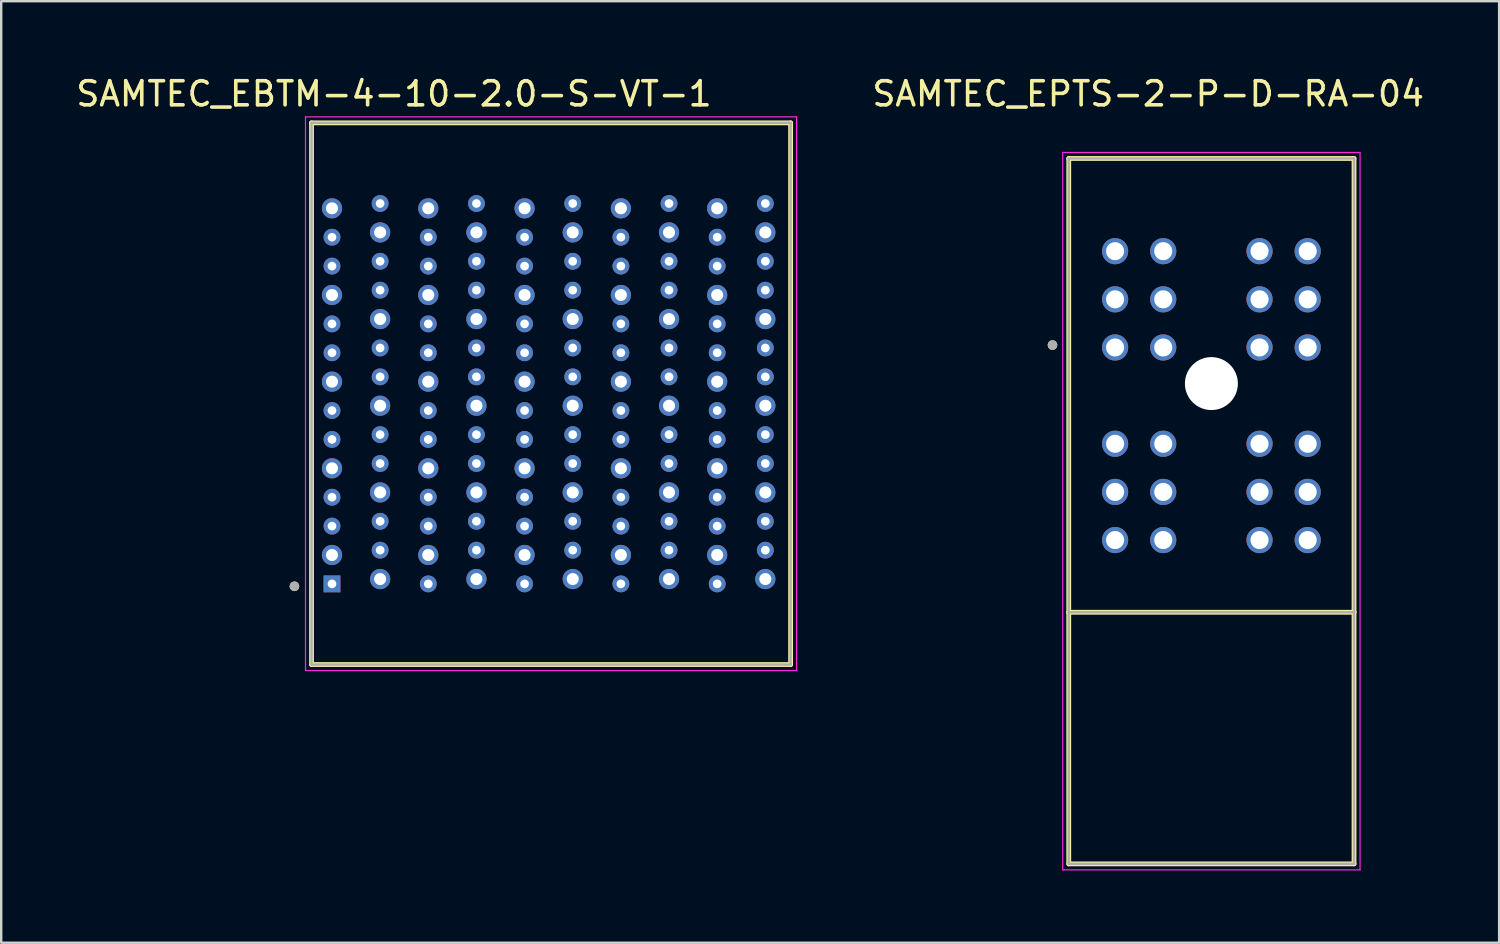
<source format=kicad_pcb>
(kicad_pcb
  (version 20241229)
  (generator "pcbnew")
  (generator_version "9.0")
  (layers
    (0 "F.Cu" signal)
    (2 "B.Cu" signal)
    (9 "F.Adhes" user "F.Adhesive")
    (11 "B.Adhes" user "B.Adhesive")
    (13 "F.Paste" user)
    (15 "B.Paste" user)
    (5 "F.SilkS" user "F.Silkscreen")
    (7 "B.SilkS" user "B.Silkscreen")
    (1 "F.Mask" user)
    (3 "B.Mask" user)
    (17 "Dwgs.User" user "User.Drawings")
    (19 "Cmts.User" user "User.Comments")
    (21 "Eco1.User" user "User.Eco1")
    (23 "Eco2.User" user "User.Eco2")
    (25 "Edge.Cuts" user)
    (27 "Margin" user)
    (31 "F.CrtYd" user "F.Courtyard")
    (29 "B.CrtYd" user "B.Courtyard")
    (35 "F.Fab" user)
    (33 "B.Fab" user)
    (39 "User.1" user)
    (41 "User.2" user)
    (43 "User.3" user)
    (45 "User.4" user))
  (footprint "SAMTEC_EPTS-2-P-D-RA-04"
    (layer "F.Cu")
    (at 47.268 12.883)
    (property "Reference" "SAMTEC_EPTS-2-P-D-RA-04" (at -2.625 -12.035 0) (layer "F.SilkS") (effects (font (size 1 1) (thickness 0.15))))
    (attr through_hole)
    (fp_line (start -5.925 -9.35) (end -5.925 9.5) (stroke (width 0.2) (type solid)) (layer "F.SilkS"))
    (fp_line (start -5.925 9.5) (end -5.925 19.95) (stroke (width 0.2) (type solid)) (layer "F.SilkS"))
    (fp_line (start -5.925 9.5) (end 5.925 9.5) (stroke (width 0.2) (type solid)) (layer "F.SilkS"))
    (fp_line (start -5.925 19.95) (end 5.925 19.95) (stroke (width 0.2) (type solid)) (layer "F.SilkS"))
    (fp_line (start 5.925 -9.35) (end -5.925 -9.35) (stroke (width 0.2) (type solid)) (layer "F.SilkS"))
    (fp_line (start 5.925 9.5) (end 5.925 -9.35) (stroke (width 0.2) (type solid)) (layer "F.SilkS"))
    (fp_line (start 5.925 19.95) (end 5.925 9.5) (stroke (width 0.2) (type solid)) (layer "F.SilkS"))
    (fp_circle (center -6.6 -1.6) (end -6.5 -1.6) (stroke (width 0.2) (type solid)) (fill no) (layer "F.SilkS"))
    (fp_line (start -6.175 -9.6) (end -6.175 20.2) (stroke (width 0.05) (type solid)) (layer "F.CrtYd"))
    (fp_line (start -6.175 20.2) (end 6.175 20.2) (stroke (width 0.05) (type solid)) (layer "F.CrtYd"))
    (fp_line (start 6.175 -9.6) (end -6.175 -9.6) (stroke (width 0.05) (type solid)) (layer "F.CrtYd"))
    (fp_line (start 6.175 20.2) (end 6.175 -9.6) (stroke (width 0.05) (type solid)) (layer "F.CrtYd"))
    (fp_line (start -5.925 -9.35) (end -5.925 9.5) (stroke (width 0.1) (type solid)) (layer "F.Fab"))
    (fp_line (start -5.925 9.5) (end -5.925 19.95) (stroke (width 0.1) (type solid)) (layer "F.Fab"))
    (fp_line (start -5.925 9.5) (end 5.925 9.5) (stroke (width 0.1) (type solid)) (layer "F.Fab"))
    (fp_line (start -5.925 19.95) (end 5.925 19.95) (stroke (width 0.1) (type solid)) (layer "F.Fab"))
    (fp_line (start 5.925 -9.35) (end -5.925 -9.35) (stroke (width 0.1) (type solid)) (layer "F.Fab"))
    (fp_line (start 5.925 9.5) (end 5.925 -9.35) (stroke (width 0.1) (type solid)) (layer "F.Fab"))
    (fp_line (start 5.925 19.95) (end 5.925 9.5) (stroke (width 0.1) (type solid)) (layer "F.Fab"))
    (fp_circle (center -6.6 -1.6) (end -6.5 -1.6) (stroke (width 0.2) (type solid)) (fill no) (layer "F.Fab"))
    (pad "" np_thru_hole circle (at 0 0) (size 2.2 2.2) (drill 2.2) (layers "*.Cu" "*.Mask"))
    (pad "P1_1" thru_hole circle (at -4 -1.5) (size 1.09 1.09) (drill 0.75) (layers "*.Cu" "*.Mask"))
    (pad "P1_2" thru_hole circle (at -4 -3.5) (size 1.09 1.09) (drill 0.75) (layers "*.Cu" "*.Mask"))
    (pad "P1_3" thru_hole circle (at -4 -5.5) (size 1.09 1.09) (drill 0.75) (layers "*.Cu" "*.Mask"))
    (pad "P1_4" thru_hole circle (at -2 -5.5) (size 1.09 1.09) (drill 0.75) (layers "*.Cu" "*.Mask"))
    (pad "P1_5" thru_hole circle (at -2 -3.5) (size 1.09 1.09) (drill 0.75) (layers "*.Cu" "*.Mask"))
    (pad "P1_6" thru_hole circle (at -2 -1.5) (size 1.09 1.09) (drill 0.75) (layers "*.Cu" "*.Mask"))
    (pad "P2_1" thru_hole circle (at 2 -1.5) (size 1.09 1.09) (drill 0.75) (layers "*.Cu" "*.Mask"))
    (pad "P2_2" thru_hole circle (at 2 -3.5) (size 1.09 1.09) (drill 0.75) (layers "*.Cu" "*.Mask"))
    (pad "P2_3" thru_hole circle (at 2 -5.5) (size 1.09 1.09) (drill 0.75) (layers "*.Cu" "*.Mask"))
    (pad "P2_4" thru_hole circle (at 4 -5.5) (size 1.09 1.09) (drill 0.75) (layers "*.Cu" "*.Mask"))
    (pad "P2_5" thru_hole circle (at 4 -3.5) (size 1.09 1.09) (drill 0.75) (layers "*.Cu" "*.Mask"))
    (pad "P2_6" thru_hole circle (at 4 -1.5) (size 1.09 1.09) (drill 0.75) (layers "*.Cu" "*.Mask"))
    (pad "P3_1" thru_hole circle (at 2 6.5) (size 1.09 1.09) (drill 0.75) (layers "*.Cu" "*.Mask"))
    (pad "P3_2" thru_hole circle (at 2 4.5) (size 1.09 1.09) (drill 0.75) (layers "*.Cu" "*.Mask"))
    (pad "P3_3" thru_hole circle (at 2 2.5) (size 1.09 1.09) (drill 0.75) (layers "*.Cu" "*.Mask"))
    (pad "P3_4" thru_hole circle (at 4 2.5) (size 1.09 1.09) (drill 0.75) (layers "*.Cu" "*.Mask"))
    (pad "P3_5" thru_hole circle (at 4 4.5) (size 1.09 1.09) (drill 0.75) (layers "*.Cu" "*.Mask"))
    (pad "P3_6" thru_hole circle (at 4 6.5) (size 1.09 1.09) (drill 0.75) (layers "*.Cu" "*.Mask"))
    (pad "P4_1" thru_hole circle (at -4 6.5) (size 1.09 1.09) (drill 0.75) (layers "*.Cu" "*.Mask"))
    (pad "P4_2" thru_hole circle (at -4 4.5) (size 1.09 1.09) (drill 0.75) (layers "*.Cu" "*.Mask"))
    (pad "P4_3" thru_hole circle (at -4 2.5) (size 1.09 1.09) (drill 0.75) (layers "*.Cu" "*.Mask"))
    (pad "P4_4" thru_hole circle (at -2 2.5) (size 1.09 1.09) (drill 0.75) (layers "*.Cu" "*.Mask"))
    (pad "P4_5" thru_hole circle (at -2 4.5) (size 1.09 1.09) (drill 0.75) (layers "*.Cu" "*.Mask"))
    (pad "P4_6" thru_hole circle (at -2 6.5) (size 1.09 1.09) (drill 0.75) (layers "*.Cu" "*.Mask")))
  (footprint "SAMTEC_EBTM-4-10-2.0-S-VT-1"
    (layer "F.Cu")
    (at 19.74 13.303)
    (property "Reference" "SAMTEC_EBTM-4-10-2.0-S-VT-1" (at -6.425 -12.455 0) (layer "F.SilkS") (effects (font (size 1 1) (thickness 0.15))))
    (attr through_hole)
    (fp_line (start -9.85 -11.25) (end 10.05 -11.25) (stroke (width 0.2) (type solid)) (layer "F.SilkS"))
    (fp_line (start -9.85 11.25) (end -9.85 -11.25) (stroke (width 0.2) (type solid)) (layer "F.SilkS"))
    (fp_line (start 10.05 -11.25) (end 10.05 11.25) (stroke (width 0.2) (type solid)) (layer "F.SilkS"))
    (fp_line (start 10.05 11.25) (end -9.85 11.25) (stroke (width 0.2) (type solid)) (layer "F.SilkS"))
    (fp_circle (center -10.56 8) (end -10.46 8) (stroke (width 0.2) (type solid)) (fill no) (layer "F.SilkS"))
    (fp_line (start -10.1 -11.5) (end -10.1 11.5) (stroke (width 0.05) (type solid)) (layer "F.CrtYd"))
    (fp_line (start -10.1 11.5) (end 10.3 11.5) (stroke (width 0.05) (type solid)) (layer "F.CrtYd"))
    (fp_line (start 10.3 -11.5) (end -10.1 -11.5) (stroke (width 0.05) (type solid)) (layer "F.CrtYd"))
    (fp_line (start 10.3 11.5) (end 10.3 -11.5) (stroke (width 0.05) (type solid)) (layer "F.CrtYd"))
    (fp_line (start -9.85 -11.25) (end 10.05 -11.25) (stroke (width 0.1) (type solid)) (layer "F.Fab"))
    (fp_line (start -9.85 11.25) (end -9.85 -11.25) (stroke (width 0.1) (type solid)) (layer "F.Fab"))
    (fp_line (start 10.05 -11.25) (end 10.05 11.25) (stroke (width 0.1) (type solid)) (layer "F.Fab"))
    (fp_line (start 10.05 11.25) (end -9.85 11.25) (stroke (width 0.1) (type solid)) (layer "F.Fab"))
    (fp_circle (center -10.56 8) (end -10.46 8) (stroke (width 0.2) (type solid)) (fill no) (layer "F.Fab"))
    (pad "A1" thru_hole rect (at -9 7.9) (size 0.7 0.7) (drill 0.36) (layers "*.Cu" "*.Mask"))
    (pad "A2" thru_hole circle (at -7 7.7) (size 0.84 0.84) (drill 0.5) (layers "*.Cu" "*.Mask"))
    (pad "A3" thru_hole circle (at -5 7.9) (size 0.7 0.7) (drill 0.36) (layers "*.Cu" "*.Mask"))
    (pad "A4" thru_hole circle (at -3 7.7) (size 0.84 0.84) (drill 0.5) (layers "*.Cu" "*.Mask"))
    (pad "A5" thru_hole circle (at -1 7.9) (size 0.7 0.7) (drill 0.36) (layers "*.Cu" "*.Mask"))
    (pad "A6" thru_hole circle (at 1 7.7) (size 0.84 0.84) (drill 0.5) (layers "*.Cu" "*.Mask"))
    (pad "A7" thru_hole circle (at 3 7.9) (size 0.7 0.7) (drill 0.36) (layers "*.Cu" "*.Mask"))
    (pad "A8" thru_hole circle (at 5 7.7) (size 0.84 0.84) (drill 0.5) (layers "*.Cu" "*.Mask"))
    (pad "A9" thru_hole circle (at 7 7.9) (size 0.7 0.7) (drill 0.36) (layers "*.Cu" "*.Mask"))
    (pad "A10" thru_hole circle (at 9 7.7) (size 0.84 0.84) (drill 0.5) (layers "*.Cu" "*.Mask"))
    (pad "B1" thru_hole circle (at -9 6.7) (size 0.84 0.84) (drill 0.5) (layers "*.Cu" "*.Mask"))
    (pad "B2" thru_hole circle (at -7 6.5) (size 0.7 0.7) (drill 0.36) (layers "*.Cu" "*.Mask"))
    (pad "B3" thru_hole circle (at -5 6.7) (size 0.84 0.84) (drill 0.5) (layers "*.Cu" "*.Mask"))
    (pad "B4" thru_hole circle (at -3 6.5) (size 0.7 0.7) (drill 0.36) (layers "*.Cu" "*.Mask"))
    (pad "B5" thru_hole circle (at -1 6.7) (size 0.84 0.84) (drill 0.5) (layers "*.Cu" "*.Mask"))
    (pad "B6" thru_hole circle (at 1 6.5) (size 0.7 0.7) (drill 0.36) (layers "*.Cu" "*.Mask"))
    (pad "B7" thru_hole circle (at 3 6.7) (size 0.84 0.84) (drill 0.5) (layers "*.Cu" "*.Mask"))
    (pad "B8" thru_hole circle (at 5 6.5) (size 0.7 0.7) (drill 0.36) (layers "*.Cu" "*.Mask"))
    (pad "B9" thru_hole circle (at 7 6.7) (size 0.84 0.84) (drill 0.5) (layers "*.Cu" "*.Mask"))
    (pad "B10" thru_hole circle (at 9 6.5) (size 0.7 0.7) (drill 0.36) (layers "*.Cu" "*.Mask"))
    (pad "C1" thru_hole circle (at -9 5.5) (size 0.7 0.7) (drill 0.36) (layers "*.Cu" "*.Mask"))
    (pad "C2" thru_hole circle (at -7 5.3) (size 0.7 0.7) (drill 0.36) (layers "*.Cu" "*.Mask"))
    (pad "C3" thru_hole circle (at -5 5.5) (size 0.7 0.7) (drill 0.36) (layers "*.Cu" "*.Mask"))
    (pad "C4" thru_hole circle (at -3 5.3) (size 0.7 0.7) (drill 0.36) (layers "*.Cu" "*.Mask"))
    (pad "C5" thru_hole circle (at -1 5.5) (size 0.7 0.7) (drill 0.36) (layers "*.Cu" "*.Mask"))
    (pad "C6" thru_hole circle (at 1 5.3) (size 0.7 0.7) (drill 0.36) (layers "*.Cu" "*.Mask"))
    (pad "C7" thru_hole circle (at 3 5.5) (size 0.7 0.7) (drill 0.36) (layers "*.Cu" "*.Mask"))
    (pad "C8" thru_hole circle (at 5 5.3) (size 0.7 0.7) (drill 0.36) (layers "*.Cu" "*.Mask"))
    (pad "C9" thru_hole circle (at 7 5.5) (size 0.7 0.7) (drill 0.36) (layers "*.Cu" "*.Mask"))
    (pad "C10" thru_hole circle (at 9 5.3) (size 0.7 0.7) (drill 0.36) (layers "*.Cu" "*.Mask"))
    (pad "D1" thru_hole circle (at -9 4.3) (size 0.7 0.7) (drill 0.36) (layers "*.Cu" "*.Mask"))
    (pad "D2" thru_hole circle (at -7 4.1) (size 0.84 0.84) (drill 0.5) (layers "*.Cu" "*.Mask"))
    (pad "D3" thru_hole circle (at -5 4.3) (size 0.7 0.7) (drill 0.36) (layers "*.Cu" "*.Mask"))
    (pad "D4" thru_hole circle (at -3 4.1) (size 0.84 0.84) (drill 0.5) (layers "*.Cu" "*.Mask"))
    (pad "D5" thru_hole circle (at -1 4.3) (size 0.7 0.7) (drill 0.36) (layers "*.Cu" "*.Mask"))
    (pad "D6" thru_hole circle (at 1 4.1) (size 0.84 0.84) (drill 0.5) (layers "*.Cu" "*.Mask"))
    (pad "D7" thru_hole circle (at 3 4.3) (size 0.7 0.7) (drill 0.36) (layers "*.Cu" "*.Mask"))
    (pad "D8" thru_hole circle (at 5 4.1) (size 0.84 0.84) (drill 0.5) (layers "*.Cu" "*.Mask"))
    (pad "D9" thru_hole circle (at 7 4.3) (size 0.7 0.7) (drill 0.36) (layers "*.Cu" "*.Mask"))
    (pad "D10" thru_hole circle (at 9 4.1) (size 0.84 0.84) (drill 0.5) (layers "*.Cu" "*.Mask"))
    (pad "E1" thru_hole circle (at -9 3.1) (size 0.84 0.84) (drill 0.5) (layers "*.Cu" "*.Mask"))
    (pad "E2" thru_hole circle (at -7 2.9) (size 0.7 0.7) (drill 0.36) (layers "*.Cu" "*.Mask"))
    (pad "E3" thru_hole circle (at -5 3.1) (size 0.84 0.84) (drill 0.5) (layers "*.Cu" "*.Mask"))
    (pad "E4" thru_hole circle (at -3 2.9) (size 0.7 0.7) (drill 0.36) (layers "*.Cu" "*.Mask"))
    (pad "E5" thru_hole circle (at -1 3.1) (size 0.84 0.84) (drill 0.5) (layers "*.Cu" "*.Mask"))
    (pad "E6" thru_hole circle (at 1 2.9) (size 0.7 0.7) (drill 0.36) (layers "*.Cu" "*.Mask"))
    (pad "E7" thru_hole circle (at 3 3.1) (size 0.84 0.84) (drill 0.5) (layers "*.Cu" "*.Mask"))
    (pad "E8" thru_hole circle (at 5 2.9) (size 0.7 0.7) (drill 0.36) (layers "*.Cu" "*.Mask"))
    (pad "E9" thru_hole circle (at 7 3.1) (size 0.84 0.84) (drill 0.5) (layers "*.Cu" "*.Mask"))
    (pad "E10" thru_hole circle (at 9 2.9) (size 0.7 0.7) (drill 0.36) (layers "*.Cu" "*.Mask"))
    (pad "F1" thru_hole circle (at -9 1.9) (size 0.7 0.7) (drill 0.36) (layers "*.Cu" "*.Mask"))
    (pad "F2" thru_hole circle (at -7 1.7) (size 0.7 0.7) (drill 0.36) (layers "*.Cu" "*.Mask"))
    (pad "F3" thru_hole circle (at -5 1.9) (size 0.7 0.7) (drill 0.36) (layers "*.Cu" "*.Mask"))
    (pad "F4" thru_hole circle (at -3 1.7) (size 0.7 0.7) (drill 0.36) (layers "*.Cu" "*.Mask"))
    (pad "F5" thru_hole circle (at -1 1.9) (size 0.7 0.7) (drill 0.36) (layers "*.Cu" "*.Mask"))
    (pad "F6" thru_hole circle (at 1 1.7) (size 0.7 0.7) (drill 0.36) (layers "*.Cu" "*.Mask"))
    (pad "F7" thru_hole circle (at 3 1.9) (size 0.7 0.7) (drill 0.36) (layers "*.Cu" "*.Mask"))
    (pad "F8" thru_hole circle (at 5 1.7) (size 0.7 0.7) (drill 0.36) (layers "*.Cu" "*.Mask"))
    (pad "F9" thru_hole circle (at 7 1.9) (size 0.7 0.7) (drill 0.36) (layers "*.Cu" "*.Mask"))
    (pad "F10" thru_hole circle (at 9 1.7) (size 0.7 0.7) (drill 0.36) (layers "*.Cu" "*.Mask"))
    (pad "G1" thru_hole circle (at -9 0.7) (size 0.7 0.7) (drill 0.36) (layers "*.Cu" "*.Mask"))
    (pad "G2" thru_hole circle (at -7 0.5) (size 0.84 0.84) (drill 0.5) (layers "*.Cu" "*.Mask"))
    (pad "G3" thru_hole circle (at -5 0.7) (size 0.7 0.7) (drill 0.36) (layers "*.Cu" "*.Mask"))
    (pad "G4" thru_hole circle (at -3 0.5) (size 0.84 0.84) (drill 0.5) (layers "*.Cu" "*.Mask"))
    (pad "G5" thru_hole circle (at -1 0.7) (size 0.7 0.7) (drill 0.36) (layers "*.Cu" "*.Mask"))
    (pad "G6" thru_hole circle (at 1 0.5) (size 0.84 0.84) (drill 0.5) (layers "*.Cu" "*.Mask"))
    (pad "G7" thru_hole circle (at 3 0.7) (size 0.7 0.7) (drill 0.36) (layers "*.Cu" "*.Mask"))
    (pad "G8" thru_hole circle (at 5 0.5) (size 0.84 0.84) (drill 0.5) (layers "*.Cu" "*.Mask"))
    (pad "G9" thru_hole circle (at 7 0.7) (size 0.7 0.7) (drill 0.36) (layers "*.Cu" "*.Mask"))
    (pad "G10" thru_hole circle (at 9 0.5) (size 0.84 0.84) (drill 0.5) (layers "*.Cu" "*.Mask"))
    (pad "H1" thru_hole circle (at -9 -0.5) (size 0.84 0.84) (drill 0.5) (layers "*.Cu" "*.Mask"))
    (pad "H2" thru_hole circle (at -7 -0.7) (size 0.7 0.7) (drill 0.36) (layers "*.Cu" "*.Mask"))
    (pad "H3" thru_hole circle (at -5 -0.5) (size 0.84 0.84) (drill 0.5) (layers "*.Cu" "*.Mask"))
    (pad "H4" thru_hole circle (at -3 -0.7) (size 0.7 0.7) (drill 0.36) (layers "*.Cu" "*.Mask"))
    (pad "H5" thru_hole circle (at -1 -0.5) (size 0.84 0.84) (drill 0.5) (layers "*.Cu" "*.Mask"))
    (pad "H6" thru_hole circle (at 1 -0.7) (size 0.7 0.7) (drill 0.36) (layers "*.Cu" "*.Mask"))
    (pad "H7" thru_hole circle (at 3 -0.5) (size 0.84 0.84) (drill 0.5) (layers "*.Cu" "*.Mask"))
    (pad "H8" thru_hole circle (at 5 -0.7) (size 0.7 0.7) (drill 0.36) (layers "*.Cu" "*.Mask"))
    (pad "H9" thru_hole circle (at 7 -0.5) (size 0.84 0.84) (drill 0.5) (layers "*.Cu" "*.Mask"))
    (pad "H10" thru_hole circle (at 9 -0.7) (size 0.7 0.7) (drill 0.36) (layers "*.Cu" "*.Mask"))
    (pad "I1" thru_hole circle (at -9 -1.7) (size 0.7 0.7) (drill 0.36) (layers "*.Cu" "*.Mask"))
    (pad "I2" thru_hole circle (at -7 -1.9) (size 0.7 0.7) (drill 0.36) (layers "*.Cu" "*.Mask"))
    (pad "I3" thru_hole circle (at -5 -1.7) (size 0.7 0.7) (drill 0.36) (layers "*.Cu" "*.Mask"))
    (pad "I4" thru_hole circle (at -3 -1.9) (size 0.7 0.7) (drill 0.36) (layers "*.Cu" "*.Mask"))
    (pad "I5" thru_hole circle (at -1 -1.7) (size 0.7 0.7) (drill 0.36) (layers "*.Cu" "*.Mask"))
    (pad "I6" thru_hole circle (at 1 -1.9) (size 0.7 0.7) (drill 0.36) (layers "*.Cu" "*.Mask"))
    (pad "I7" thru_hole circle (at 3 -1.7) (size 0.7 0.7) (drill 0.36) (layers "*.Cu" "*.Mask"))
    (pad "I8" thru_hole circle (at 5 -1.9) (size 0.7 0.7) (drill 0.36) (layers "*.Cu" "*.Mask"))
    (pad "I9" thru_hole circle (at 7 -1.7) (size 0.7 0.7) (drill 0.36) (layers "*.Cu" "*.Mask"))
    (pad "I10" thru_hole circle (at 9 -1.9) (size 0.7 0.7) (drill 0.36) (layers "*.Cu" "*.Mask"))
    (pad "J1" thru_hole circle (at -9 -2.9) (size 0.7 0.7) (drill 0.36) (layers "*.Cu" "*.Mask"))
    (pad "J2" thru_hole circle (at -7 -3.1) (size 0.84 0.84) (drill 0.5) (layers "*.Cu" "*.Mask"))
    (pad "J3" thru_hole circle (at -5 -2.9) (size 0.7 0.7) (drill 0.36) (layers "*.Cu" "*.Mask"))
    (pad "J4" thru_hole circle (at -3 -3.1) (size 0.84 0.84) (drill 0.5) (layers "*.Cu" "*.Mask"))
    (pad "J5" thru_hole circle (at -1 -2.9) (size 0.7 0.7) (drill 0.36) (layers "*.Cu" "*.Mask"))
    (pad "J6" thru_hole circle (at 1 -3.1) (size 0.84 0.84) (drill 0.5) (layers "*.Cu" "*.Mask"))
    (pad "J7" thru_hole circle (at 3 -2.9) (size 0.7 0.7) (drill 0.36) (layers "*.Cu" "*.Mask"))
    (pad "J8" thru_hole circle (at 5 -3.1) (size 0.84 0.84) (drill 0.5) (layers "*.Cu" "*.Mask"))
    (pad "J9" thru_hole circle (at 7 -2.9) (size 0.7 0.7) (drill 0.36) (layers "*.Cu" "*.Mask"))
    (pad "J10" thru_hole circle (at 9 -3.1) (size 0.84 0.84) (drill 0.5) (layers "*.Cu" "*.Mask"))
    (pad "K1" thru_hole circle (at -9 -4.1) (size 0.84 0.84) (drill 0.5) (layers "*.Cu" "*.Mask"))
    (pad "K2" thru_hole circle (at -7 -4.3) (size 0.7 0.7) (drill 0.36) (layers "*.Cu" "*.Mask"))
    (pad "K3" thru_hole circle (at -5 -4.1) (size 0.84 0.84) (drill 0.5) (layers "*.Cu" "*.Mask"))
    (pad "K4" thru_hole circle (at -3 -4.3) (size 0.7 0.7) (drill 0.36) (layers "*.Cu" "*.Mask"))
    (pad "K5" thru_hole circle (at -1 -4.1) (size 0.84 0.84) (drill 0.5) (layers "*.Cu" "*.Mask"))
    (pad "K6" thru_hole circle (at 1 -4.3) (size 0.7 0.7) (drill 0.36) (layers "*.Cu" "*.Mask"))
    (pad "K7" thru_hole circle (at 3 -4.1) (size 0.84 0.84) (drill 0.5) (layers "*.Cu" "*.Mask"))
    (pad "K8" thru_hole circle (at 5 -4.3) (size 0.7 0.7) (drill 0.36) (layers "*.Cu" "*.Mask"))
    (pad "K9" thru_hole circle (at 7 -4.1) (size 0.84 0.84) (drill 0.5) (layers "*.Cu" "*.Mask"))
    (pad "K10" thru_hole circle (at 9 -4.3) (size 0.7 0.7) (drill 0.36) (layers "*.Cu" "*.Mask"))
    (pad "L1" thru_hole circle (at -9 -5.3) (size 0.7 0.7) (drill 0.36) (layers "*.Cu" "*.Mask"))
    (pad "L2" thru_hole circle (at -7 -5.5) (size 0.7 0.7) (drill 0.36) (layers "*.Cu" "*.Mask"))
    (pad "L3" thru_hole circle (at -5 -5.3) (size 0.7 0.7) (drill 0.36) (layers "*.Cu" "*.Mask"))
    (pad "L4" thru_hole circle (at -3 -5.5) (size 0.7 0.7) (drill 0.36) (layers "*.Cu" "*.Mask"))
    (pad "L5" thru_hole circle (at -1 -5.3) (size 0.7 0.7) (drill 0.36) (layers "*.Cu" "*.Mask"))
    (pad "L6" thru_hole circle (at 1 -5.5) (size 0.7 0.7) (drill 0.36) (layers "*.Cu" "*.Mask"))
    (pad "L7" thru_hole circle (at 3 -5.3) (size 0.7 0.7) (drill 0.36) (layers "*.Cu" "*.Mask"))
    (pad "L8" thru_hole circle (at 5 -5.5) (size 0.7 0.7) (drill 0.36) (layers "*.Cu" "*.Mask"))
    (pad "L9" thru_hole circle (at 7 -5.3) (size 0.7 0.7) (drill 0.36) (layers "*.Cu" "*.Mask"))
    (pad "L10" thru_hole circle (at 9 -5.5) (size 0.7 0.7) (drill 0.36) (layers "*.Cu" "*.Mask"))
    (pad "M1" thru_hole circle (at -9 -6.5) (size 0.7 0.7) (drill 0.36) (layers "*.Cu" "*.Mask"))
    (pad "M2" thru_hole circle (at -7 -6.7) (size 0.84 0.84) (drill 0.5) (layers "*.Cu" "*.Mask"))
    (pad "M3" thru_hole circle (at -5 -6.5) (size 0.7 0.7) (drill 0.36) (layers "*.Cu" "*.Mask"))
    (pad "M4" thru_hole circle (at -3 -6.7) (size 0.84 0.84) (drill 0.5) (layers "*.Cu" "*.Mask"))
    (pad "M5" thru_hole circle (at -1 -6.5) (size 0.7 0.7) (drill 0.36) (layers "*.Cu" "*.Mask"))
    (pad "M6" thru_hole circle (at 1 -6.7) (size 0.84 0.84) (drill 0.5) (layers "*.Cu" "*.Mask"))
    (pad "M7" thru_hole circle (at 3 -6.5) (size 0.7 0.7) (drill 0.36) (layers "*.Cu" "*.Mask"))
    (pad "M8" thru_hole circle (at 5 -6.7) (size 0.84 0.84) (drill 0.5) (layers "*.Cu" "*.Mask"))
    (pad "M9" thru_hole circle (at 7 -6.5) (size 0.7 0.7) (drill 0.36) (layers "*.Cu" "*.Mask"))
    (pad "M10" thru_hole circle (at 9 -6.7) (size 0.84 0.84) (drill 0.5) (layers "*.Cu" "*.Mask"))
    (pad "N1" thru_hole circle (at -9 -7.7) (size 0.84 0.84) (drill 0.5) (layers "*.Cu" "*.Mask"))
    (pad "N2" thru_hole circle (at -7 -7.9) (size 0.7 0.7) (drill 0.36) (layers "*.Cu" "*.Mask"))
    (pad "N3" thru_hole circle (at -5 -7.7) (size 0.84 0.84) (drill 0.5) (layers "*.Cu" "*.Mask"))
    (pad "N4" thru_hole circle (at -3 -7.9) (size 0.7 0.7) (drill 0.36) (layers "*.Cu" "*.Mask"))
    (pad "N5" thru_hole circle (at -1 -7.7) (size 0.84 0.84) (drill 0.5) (layers "*.Cu" "*.Mask"))
    (pad "N6" thru_hole circle (at 1 -7.9) (size 0.7 0.7) (drill 0.36) (layers "*.Cu" "*.Mask"))
    (pad "N7" thru_hole circle (at 3 -7.7) (size 0.84 0.84) (drill 0.5) (layers "*.Cu" "*.Mask"))
    (pad "N8" thru_hole circle (at 5 -7.9) (size 0.7 0.7) (drill 0.36) (layers "*.Cu" "*.Mask"))
    (pad "N9" thru_hole circle (at 7 -7.7) (size 0.84 0.84) (drill 0.5) (layers "*.Cu" "*.Mask"))
    (pad "N10" thru_hole circle (at 9 -7.9) (size 0.7 0.7) (drill 0.36) (layers "*.Cu" "*.Mask")))
  (gr_rect
    (start -3 -3)
    (end 59.22 36.108)
    (stroke (width 0.1) (type default))
    (fill no)
    (layer "Edge.Cuts")))
</source>
